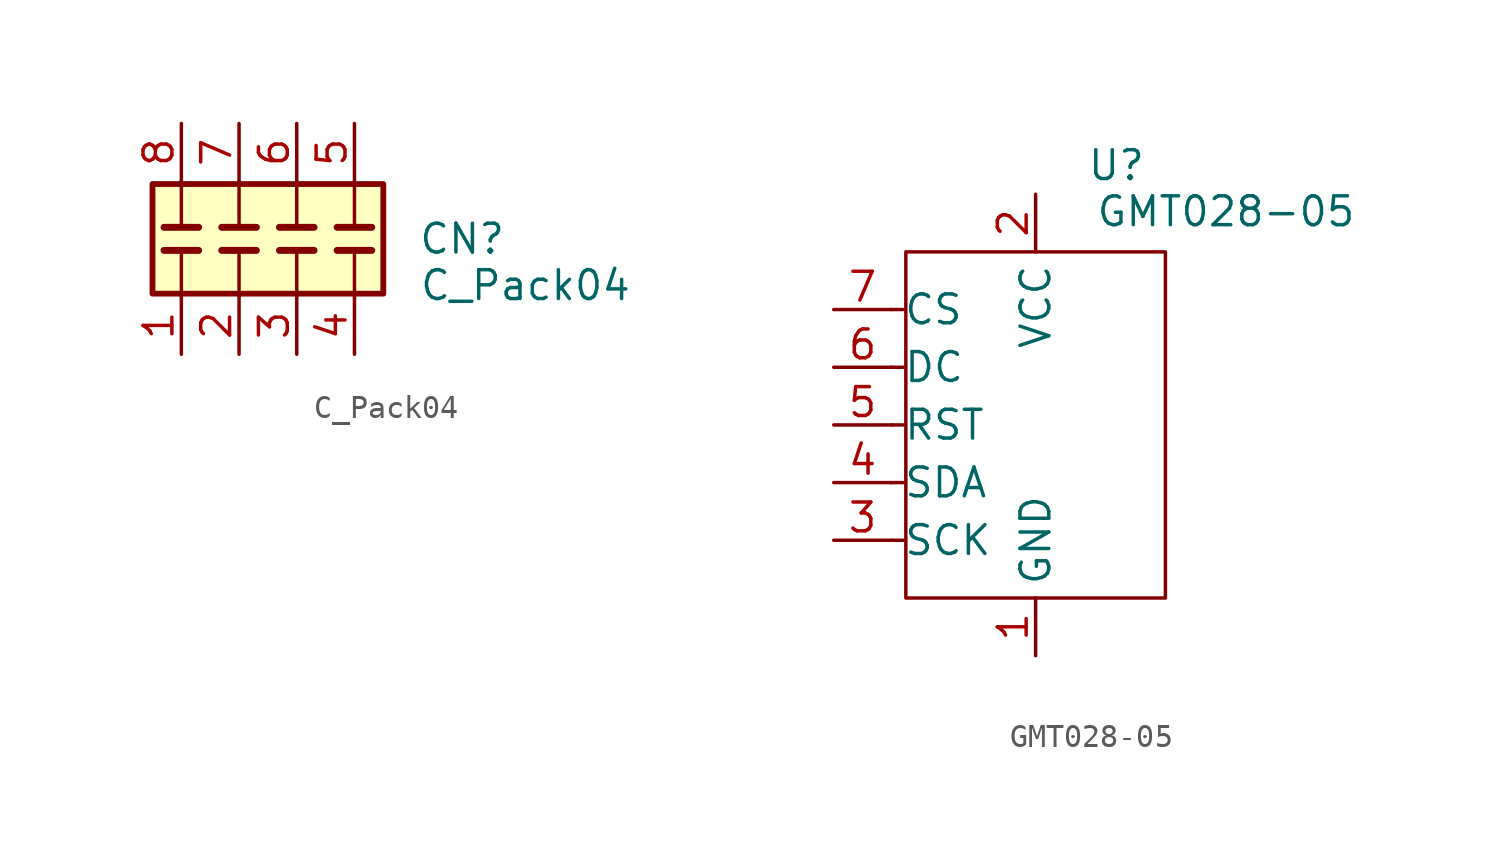
<source format=kicad_sym>
(kicad_symbol_lib
  (version 20241209)
  (generator "kicad_symbol_editor")
  (generator_version "9.0")
  (symbol "C_Pack04"
    (pin_names
      (offset 0)
      (hide yes))
    (property "Reference" "CN"
      (at 6.604 0 0)
      (effects (font (size 1.27 1.27)) (justify left)))
    (property "Value" "C_Pack04"
      (at 6.641 -2.046 0)
      (effects (font (size 1.27 1.27)) (justify left)))
    (symbol "C_Pack04_0_1"
      (rectangle (start -5.08 2.413) (end 5.08 -2.413) (stroke (width 0.254) (type default)) (fill (type background)))
      (polyline (pts (xy -3.81 2.54) (xy -3.81 0.508)) (stroke (width 0) (type default)) (fill (type none)))
      (polyline (pts (xy -3.81 -2.54) (xy -3.81 -0.508)) (stroke (width 0) (type default)) (fill (type none)))
      (polyline (pts (xy -1.27 2.54) (xy -1.27 0.508)) (stroke (width 0) (type default)) (fill (type none)))
      (polyline (pts (xy -1.27 -2.54) (xy -1.27 -0.508)) (stroke (width 0) (type default)) (fill (type none)))
      (polyline (pts (xy 1.27 2.54) (xy 1.27 0.508)) (stroke (width 0) (type default)) (fill (type none)))
      (polyline (pts (xy 1.27 -2.54) (xy 1.27 -0.508)) (stroke (width 0) (type default)) (fill (type none)))
      (polyline (pts (xy 3.81 2.54) (xy 3.81 0.508)) (stroke (width 0) (type default)) (fill (type none)))
      (polyline (pts (xy 3.81 -2.54) (xy 3.81 -0.508)) (stroke (width 0) (type default)) (fill (type none))))
    (symbol "C_Pack04_1_1"
      (polyline (pts (xy -4.572 0.508) (xy -3.048 0.508)) (stroke (width 0.305) (type default)) (fill (type none)))
      (polyline (pts (xy -4.572 -0.508) (xy -3.048 -0.508)) (stroke (width 0.305) (type default)) (fill (type none)))
      (polyline (pts (xy -2.032 0.508) (xy -0.508 0.508)) (stroke (width 0.305) (type default)) (fill (type none)))
      (polyline (pts (xy -2.032 -0.508) (xy -0.508 -0.508)) (stroke (width 0.305) (type default)) (fill (type none)))
      (polyline (pts (xy 0.508 0.508) (xy 2.032 0.508)) (stroke (width 0.305) (type default)) (fill (type none)))
      (polyline (pts (xy 0.508 -0.508) (xy 2.032 -0.508)) (stroke (width 0.305) (type default)) (fill (type none)))
      (polyline (pts (xy 3.048 0.508) (xy 4.572 0.508)) (stroke (width 0.305) (type default)) (fill (type none)))
      (polyline (pts (xy 3.048 -0.508) (xy 4.572 -0.508)) (stroke (width 0.305) (type default)) (fill (type none)))
      (pin passive line (at -3.81 5.08 270) (length 2.54) (name "C1.1" (effects (font (size 1.27 1.27)))) (number "8" (effects (font (size 1.27 1.27)))))
      (pin passive line (at -3.81 -5.08 90) (length 2.54) (name "C1.1" (effects (font (size 1.27 1.27)))) (number "1" (effects (font (size 1.27 1.27)))))
      (pin passive line (at -1.27 5.08 270) (length 2.54) (name "C2.1" (effects (font (size 1.27 1.27)))) (number "7" (effects (font (size 1.27 1.27)))))
      (pin passive line (at -1.27 -5.08 90) (length 2.54) (name "C2.1" (effects (font (size 1.27 1.27)))) (number "2" (effects (font (size 1.27 1.27)))))
      (pin passive line (at 1.27 5.08 270) (length 2.54) (name "C3.1" (effects (font (size 1.27 1.27)))) (number "6" (effects (font (size 1.27 1.27)))))
      (pin passive line (at 1.27 -5.08 90) (length 2.54) (name "C3.1" (effects (font (size 1.27 1.27)))) (number "3" (effects (font (size 1.27 1.27)))))
      (pin passive line (at 3.81 5.08 270) (length 2.54) (name "C4.1" (effects (font (size 1.27 1.27)))) (number "5" (effects (font (size 1.27 1.27)))))
      (pin passive line (at 3.81 -5.08 90) (length 2.54) (name "C4.1" (effects (font (size 1.27 1.27)))) (number "4" (effects (font (size 1.27 1.27)))))))
  (symbol "GMT028-05"
    (property "Reference" "U"
      (at 3.556 11.43 0)
      (effects (font (size 1.27 1.27))))
    (property "Value" "GMT028-05"
      (at 8.382 9.398 0)
      (effects (font (size 1.27 1.27))))
    (symbol "GMT028-05_0_1"
      (polyline (pts (xy -6.35 5.08) (xy -5.842 5.08)) (stroke (width 0) (type default)) (fill (type none)))
      (polyline (pts (xy -6.35 2.54) (xy -5.842 2.54)) (stroke (width 0) (type default)) (fill (type none)))
      (polyline (pts (xy -6.35 0) (xy -5.842 0)) (stroke (width 0) (type default)) (fill (type none)))
      (polyline (pts (xy -6.35 -2.54) (xy -5.842 -2.54)) (stroke (width 0) (type default)) (fill (type none)))
      (polyline (pts (xy -6.35 -5.08) (xy -5.842 -5.08)) (stroke (width 0) (type default)) (fill (type none)))
      (rectangle (start -5.715 7.62) (end 5.715 -7.62) (stroke (width 0) (type default)) (fill (type none))))
    (symbol "GMT028-05_1_1"
      (pin input line (at -8.89 5.08 0) (length 2.54) (name "CS" (effects (font (size 1.27 1.27)))) (number "7" (effects (font (size 1.27 1.27)))))
      (pin input line (at -8.89 2.54 0) (length 2.54) (name "DC" (effects (font (size 1.27 1.27)))) (number "6" (effects (font (size 1.27 1.27)))))
      (pin input line (at -8.89 0 0) (length 2.54) (name "RST" (effects (font (size 1.27 1.27)))) (number "5" (effects (font (size 1.27 1.27)))))
      (pin input line (at -8.89 -2.54 0) (length 2.54) (name "SDA" (effects (font (size 1.27 1.27)))) (number "4" (effects (font (size 1.27 1.27)))))
      (pin input line (at -8.89 -5.08 0) (length 2.54) (name "SCK" (effects (font (size 1.27 1.27)))) (number "3" (effects (font (size 1.27 1.27)))))
      (pin power_in line (at 0 10.16 270) (length 2.54) (name "VCC" (effects (font (size 1.27 1.27)))) (number "2" (effects (font (size 1.27 1.27)))))
      (pin power_in line (at 0 -10.16 90) (length 2.54) (name "GND" (effects (font (size 1.27 1.27)))) (number "1" (effects (font (size 1.27 1.27))))))))
</source>
